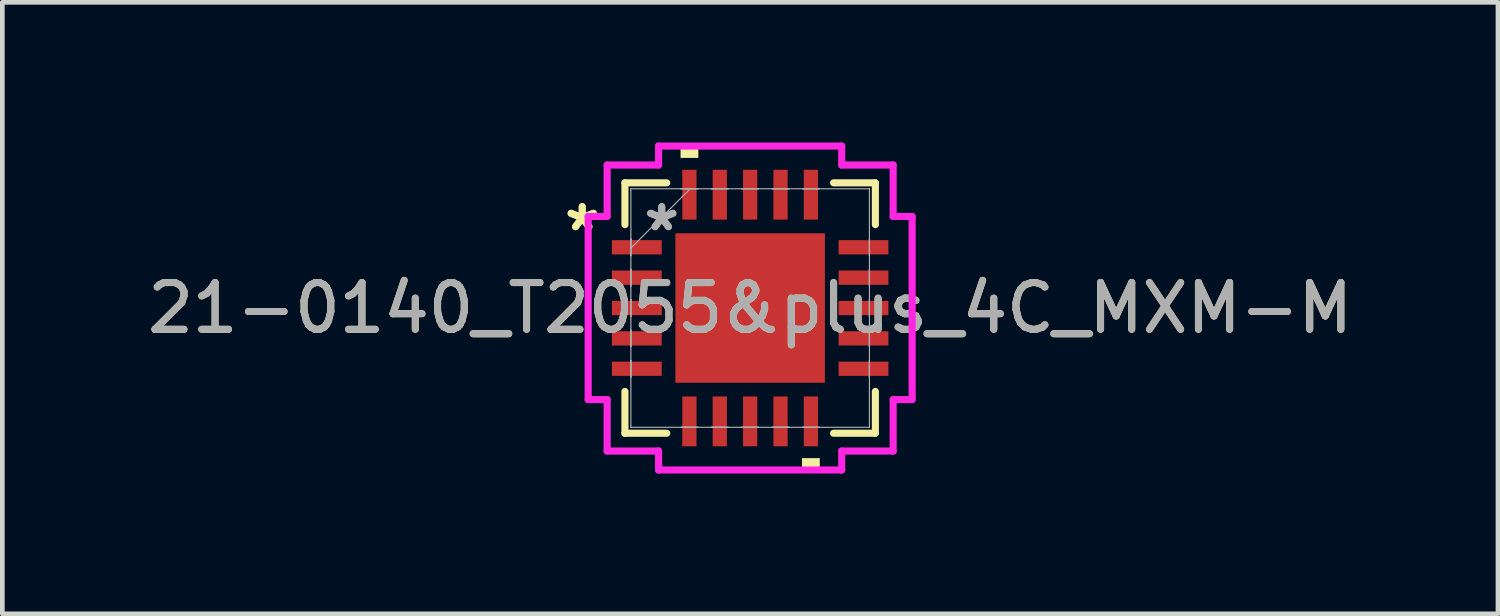
<source format=kicad_pcb>
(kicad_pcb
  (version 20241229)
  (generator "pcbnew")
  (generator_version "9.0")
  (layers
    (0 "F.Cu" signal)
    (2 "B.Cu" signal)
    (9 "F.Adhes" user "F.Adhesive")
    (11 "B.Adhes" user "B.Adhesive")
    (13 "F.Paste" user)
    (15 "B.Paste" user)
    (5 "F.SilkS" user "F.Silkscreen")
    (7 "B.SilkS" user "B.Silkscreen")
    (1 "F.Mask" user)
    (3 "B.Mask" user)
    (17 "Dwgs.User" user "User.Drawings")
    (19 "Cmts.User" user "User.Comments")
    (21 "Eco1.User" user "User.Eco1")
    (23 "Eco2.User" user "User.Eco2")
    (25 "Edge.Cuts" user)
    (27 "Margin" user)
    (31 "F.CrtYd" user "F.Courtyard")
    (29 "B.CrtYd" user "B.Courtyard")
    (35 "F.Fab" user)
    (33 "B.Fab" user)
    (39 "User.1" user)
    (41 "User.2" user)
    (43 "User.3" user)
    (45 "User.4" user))
  (footprint "21-0140_T2055&plus_4C_MXM-M"
    (layer "F.Cu")
    (at 13.006 3.543)
    (property "Reference" "21-0140_T2055&plus_4C_MXM-M" (at 0 0 0) (unlocked yes) (layer "F.SilkS") (effects (font (size 1 1) (thickness 0.15))))
    (attr smd)
    (fp_line (start -2.68 -2.68) (end -2.68 -1.785) (stroke (width 0.152) (type solid)) (layer "F.SilkS"))
    (fp_line (start -2.68 1.785) (end -2.68 2.68) (stroke (width 0.152) (type solid)) (layer "F.SilkS"))
    (fp_line (start -2.68 2.68) (end -1.785 2.68) (stroke (width 0.152) (type solid)) (layer "F.SilkS"))
    (fp_line (start -1.785 -2.68) (end -2.68 -2.68) (stroke (width 0.152) (type solid)) (layer "F.SilkS"))
    (fp_line (start 1.785 2.68) (end 2.68 2.68) (stroke (width 0.152) (type solid)) (layer "F.SilkS"))
    (fp_line (start 2.68 -2.68) (end 1.785 -2.68) (stroke (width 0.152) (type solid)) (layer "F.SilkS"))
    (fp_line (start 2.68 -1.785) (end 2.68 -2.68) (stroke (width 0.152) (type solid)) (layer "F.SilkS"))
    (fp_line (start 2.68 2.68) (end 2.68 1.785) (stroke (width 0.152) (type solid)) (layer "F.SilkS"))
    (fp_poly (pts (xy -1.49 -3.213) (xy -1.49 -3.467) (xy -1.109 -3.467) (xy -1.109 -3.213)) (stroke (width 0) (type solid)) (fill yes) (layer "F.SilkS"))
    (fp_poly (pts (xy 1.109 3.213) (xy 1.109 3.467) (xy 1.49 3.467) (xy 1.49 3.213)) (stroke (width 0) (type solid)) (fill yes) (layer "F.SilkS"))
    (fp_poly (pts (xy -1.5 -1.5) (xy -1.5 -0.1) (xy -0.1 -0.1) (xy -0.1 -1.5)) (stroke (width 0) (type solid)) (fill yes) (layer "F.Paste"))
    (fp_poly (pts (xy -1.5 0.1) (xy -1.5 1.5) (xy -0.1 1.5) (xy -0.1 0.1)) (stroke (width 0) (type solid)) (fill yes) (layer "F.Paste"))
    (fp_poly (pts (xy 0.1 -1.5) (xy 0.1 -0.1) (xy 1.5 -0.1) (xy 1.5 -1.5)) (stroke (width 0) (type solid)) (fill yes) (layer "F.Paste"))
    (fp_poly (pts (xy 0.1 0.1) (xy 0.1 1.5) (xy 1.5 1.5) (xy 1.5 0.1)) (stroke (width 0) (type solid)) (fill yes) (layer "F.Paste"))
    (fp_line (start -3.467 -1.96) (end -3.061 -1.96) (stroke (width 0.152) (type solid)) (layer "F.CrtYd"))
    (fp_line (start -3.467 1.96) (end -3.467 -1.96) (stroke (width 0.152) (type solid)) (layer "F.CrtYd"))
    (fp_line (start -3.061 -3.061) (end -1.96 -3.061) (stroke (width 0.152) (type solid)) (layer "F.CrtYd"))
    (fp_line (start -3.061 -1.96) (end -3.061 -3.061) (stroke (width 0.152) (type solid)) (layer "F.CrtYd"))
    (fp_line (start -3.061 1.96) (end -3.467 1.96) (stroke (width 0.152) (type solid)) (layer "F.CrtYd"))
    (fp_line (start -3.061 3.061) (end -3.061 1.96) (stroke (width 0.152) (type solid)) (layer "F.CrtYd"))
    (fp_line (start -1.96 -3.467) (end 1.96 -3.467) (stroke (width 0.152) (type solid)) (layer "F.CrtYd"))
    (fp_line (start -1.96 -3.061) (end -1.96 -3.467) (stroke (width 0.152) (type solid)) (layer "F.CrtYd"))
    (fp_line (start -1.96 3.061) (end -3.061 3.061) (stroke (width 0.152) (type solid)) (layer "F.CrtYd"))
    (fp_line (start -1.96 3.467) (end -1.96 3.061) (stroke (width 0.152) (type solid)) (layer "F.CrtYd"))
    (fp_line (start 1.96 -3.467) (end 1.96 -3.061) (stroke (width 0.152) (type solid)) (layer "F.CrtYd"))
    (fp_line (start 1.96 -3.061) (end 3.061 -3.061) (stroke (width 0.152) (type solid)) (layer "F.CrtYd"))
    (fp_line (start 1.96 3.061) (end 1.96 3.467) (stroke (width 0.152) (type solid)) (layer "F.CrtYd"))
    (fp_line (start 1.96 3.467) (end -1.96 3.467) (stroke (width 0.152) (type solid)) (layer "F.CrtYd"))
    (fp_line (start 3.061 -3.061) (end 3.061 -1.96) (stroke (width 0.152) (type solid)) (layer "F.CrtYd"))
    (fp_line (start 3.061 -1.96) (end 3.467 -1.96) (stroke (width 0.152) (type solid)) (layer "F.CrtYd"))
    (fp_line (start 3.061 1.96) (end 3.061 3.061) (stroke (width 0.152) (type solid)) (layer "F.CrtYd"))
    (fp_line (start 3.061 3.061) (end 1.96 3.061) (stroke (width 0.152) (type solid)) (layer "F.CrtYd"))
    (fp_line (start 3.467 -1.96) (end 3.467 1.96) (stroke (width 0.152) (type solid)) (layer "F.CrtYd"))
    (fp_line (start 3.467 1.96) (end 3.061 1.96) (stroke (width 0.152) (type solid)) (layer "F.CrtYd"))
    (fp_line (start -2.553 -2.553) (end -2.553 -2.553) (stroke (width 0.025) (type solid)) (layer "F.Fab"))
    (fp_line (start -2.553 -2.553) (end -2.553 2.553) (stroke (width 0.025) (type solid)) (layer "F.Fab"))
    (fp_line (start -2.553 -1.478) (end -2.553 -1.478) (stroke (width 0.025) (type solid)) (layer "F.Fab"))
    (fp_line (start -2.553 -1.478) (end -2.553 -1.122) (stroke (width 0.025) (type solid)) (layer "F.Fab"))
    (fp_line (start -2.553 -1.283) (end -1.283 -2.553) (stroke (width 0.025) (type solid)) (layer "F.Fab"))
    (fp_line (start -2.553 -1.122) (end -2.553 -1.478) (stroke (width 0.025) (type solid)) (layer "F.Fab"))
    (fp_line (start -2.553 -1.122) (end -2.553 -1.122) (stroke (width 0.025) (type solid)) (layer "F.Fab"))
    (fp_line (start -2.553 -0.828) (end -2.553 -0.828) (stroke (width 0.025) (type solid)) (layer "F.Fab"))
    (fp_line (start -2.553 -0.828) (end -2.553 -0.472) (stroke (width 0.025) (type solid)) (layer "F.Fab"))
    (fp_line (start -2.553 -0.472) (end -2.553 -0.828) (stroke (width 0.025) (type solid)) (layer "F.Fab"))
    (fp_line (start -2.553 -0.472) (end -2.553 -0.472) (stroke (width 0.025) (type solid)) (layer "F.Fab"))
    (fp_line (start -2.553 -0.178) (end -2.553 -0.178) (stroke (width 0.025) (type solid)) (layer "F.Fab"))
    (fp_line (start -2.553 -0.178) (end -2.553 0.178) (stroke (width 0.025) (type solid)) (layer "F.Fab"))
    (fp_line (start -2.553 0.178) (end -2.553 -0.178) (stroke (width 0.025) (type solid)) (layer "F.Fab"))
    (fp_line (start -2.553 0.178) (end -2.553 0.178) (stroke (width 0.025) (type solid)) (layer "F.Fab"))
    (fp_line (start -2.553 0.472) (end -2.553 0.472) (stroke (width 0.025) (type solid)) (layer "F.Fab"))
    (fp_line (start -2.553 0.472) (end -2.553 0.828) (stroke (width 0.025) (type solid)) (layer "F.Fab"))
    (fp_line (start -2.553 0.828) (end -2.553 0.472) (stroke (width 0.025) (type solid)) (layer "F.Fab"))
    (fp_line (start -2.553 0.828) (end -2.553 0.828) (stroke (width 0.025) (type solid)) (layer "F.Fab"))
    (fp_line (start -2.553 1.122) (end -2.553 1.122) (stroke (width 0.025) (type solid)) (layer "F.Fab"))
    (fp_line (start -2.553 1.122) (end -2.553 1.478) (stroke (width 0.025) (type solid)) (layer "F.Fab"))
    (fp_line (start -2.553 1.478) (end -2.553 1.122) (stroke (width 0.025) (type solid)) (layer "F.Fab"))
    (fp_line (start -2.553 1.478) (end -2.553 1.478) (stroke (width 0.025) (type solid)) (layer "F.Fab"))
    (fp_line (start -2.553 2.553) (end -2.553 2.553) (stroke (width 0.025) (type solid)) (layer "F.Fab"))
    (fp_line (start -2.553 2.553) (end 2.553 2.553) (stroke (width 0.025) (type solid)) (layer "F.Fab"))
    (fp_line (start -1.478 -2.553) (end -1.478 -2.553) (stroke (width 0.025) (type solid)) (layer "F.Fab"))
    (fp_line (start -1.478 -2.553) (end -1.122 -2.553) (stroke (width 0.025) (type solid)) (layer "F.Fab"))
    (fp_line (start -1.478 2.553) (end -1.478 2.553) (stroke (width 0.025) (type solid)) (layer "F.Fab"))
    (fp_line (start -1.478 2.553) (end -1.122 2.553) (stroke (width 0.025) (type solid)) (layer "F.Fab"))
    (fp_line (start -1.122 -2.553) (end -1.478 -2.553) (stroke (width 0.025) (type solid)) (layer "F.Fab"))
    (fp_line (start -1.122 -2.553) (end -1.122 -2.553) (stroke (width 0.025) (type solid)) (layer "F.Fab"))
    (fp_line (start -1.122 2.553) (end -1.478 2.553) (stroke (width 0.025) (type solid)) (layer "F.Fab"))
    (fp_line (start -1.122 2.553) (end -1.122 2.553) (stroke (width 0.025) (type solid)) (layer "F.Fab"))
    (fp_line (start -0.828 -2.553) (end -0.828 -2.553) (stroke (width 0.025) (type solid)) (layer "F.Fab"))
    (fp_line (start -0.828 -2.553) (end -0.472 -2.553) (stroke (width 0.025) (type solid)) (layer "F.Fab"))
    (fp_line (start -0.828 2.553) (end -0.828 2.553) (stroke (width 0.025) (type solid)) (layer "F.Fab"))
    (fp_line (start -0.828 2.553) (end -0.472 2.553) (stroke (width 0.025) (type solid)) (layer "F.Fab"))
    (fp_line (start -0.472 -2.553) (end -0.828 -2.553) (stroke (width 0.025) (type solid)) (layer "F.Fab"))
    (fp_line (start -0.472 -2.553) (end -0.472 -2.553) (stroke (width 0.025) (type solid)) (layer "F.Fab"))
    (fp_line (start -0.472 2.553) (end -0.828 2.553) (stroke (width 0.025) (type solid)) (layer "F.Fab"))
    (fp_line (start -0.472 2.553) (end -0.472 2.553) (stroke (width 0.025) (type solid)) (layer "F.Fab"))
    (fp_line (start -0.178 -2.553) (end -0.178 -2.553) (stroke (width 0.025) (type solid)) (layer "F.Fab"))
    (fp_line (start -0.178 -2.553) (end 0.178 -2.553) (stroke (width 0.025) (type solid)) (layer "F.Fab"))
    (fp_line (start -0.178 2.553) (end -0.178 2.553) (stroke (width 0.025) (type solid)) (layer "F.Fab"))
    (fp_line (start -0.178 2.553) (end 0.178 2.553) (stroke (width 0.025) (type solid)) (layer "F.Fab"))
    (fp_line (start 0.178 -2.553) (end -0.178 -2.553) (stroke (width 0.025) (type solid)) (layer "F.Fab"))
    (fp_line (start 0.178 -2.553) (end 0.178 -2.553) (stroke (width 0.025) (type solid)) (layer "F.Fab"))
    (fp_line (start 0.178 2.553) (end -0.178 2.553) (stroke (width 0.025) (type solid)) (layer "F.Fab"))
    (fp_line (start 0.178 2.553) (end 0.178 2.553) (stroke (width 0.025) (type solid)) (layer "F.Fab"))
    (fp_line (start 0.472 -2.553) (end 0.472 -2.553) (stroke (width 0.025) (type solid)) (layer "F.Fab"))
    (fp_line (start 0.472 -2.553) (end 0.828 -2.553) (stroke (width 0.025) (type solid)) (layer "F.Fab"))
    (fp_line (start 0.472 2.553) (end 0.472 2.553) (stroke (width 0.025) (type solid)) (layer "F.Fab"))
    (fp_line (start 0.472 2.553) (end 0.828 2.553) (stroke (width 0.025) (type solid)) (layer "F.Fab"))
    (fp_line (start 0.828 -2.553) (end 0.472 -2.553) (stroke (width 0.025) (type solid)) (layer "F.Fab"))
    (fp_line (start 0.828 -2.553) (end 0.828 -2.553) (stroke (width 0.025) (type solid)) (layer "F.Fab"))
    (fp_line (start 0.828 2.553) (end 0.472 2.553) (stroke (width 0.025) (type solid)) (layer "F.Fab"))
    (fp_line (start 0.828 2.553) (end 0.828 2.553) (stroke (width 0.025) (type solid)) (layer "F.Fab"))
    (fp_line (start 1.122 -2.553) (end 1.122 -2.553) (stroke (width 0.025) (type solid)) (layer "F.Fab"))
    (fp_line (start 1.122 -2.553) (end 1.478 -2.553) (stroke (width 0.025) (type solid)) (layer "F.Fab"))
    (fp_line (start 1.122 2.553) (end 1.122 2.553) (stroke (width 0.025) (type solid)) (layer "F.Fab"))
    (fp_line (start 1.122 2.553) (end 1.478 2.553) (stroke (width 0.025) (type solid)) (layer "F.Fab"))
    (fp_line (start 1.478 -2.553) (end 1.122 -2.553) (stroke (width 0.025) (type solid)) (layer "F.Fab"))
    (fp_line (start 1.478 -2.553) (end 1.478 -2.553) (stroke (width 0.025) (type solid)) (layer "F.Fab"))
    (fp_line (start 1.478 2.553) (end 1.122 2.553) (stroke (width 0.025) (type solid)) (layer "F.Fab"))
    (fp_line (start 1.478 2.553) (end 1.478 2.553) (stroke (width 0.025) (type solid)) (layer "F.Fab"))
    (fp_line (start 2.553 -2.553) (end -2.553 -2.553) (stroke (width 0.025) (type solid)) (layer "F.Fab"))
    (fp_line (start 2.553 -2.553) (end 2.553 -2.553) (stroke (width 0.025) (type solid)) (layer "F.Fab"))
    (fp_line (start 2.553 -1.478) (end 2.553 -1.478) (stroke (width 0.025) (type solid)) (layer "F.Fab"))
    (fp_line (start 2.553 -1.478) (end 2.553 -1.122) (stroke (width 0.025) (type solid)) (layer "F.Fab"))
    (fp_line (start 2.553 -1.122) (end 2.553 -1.478) (stroke (width 0.025) (type solid)) (layer "F.Fab"))
    (fp_line (start 2.553 -1.122) (end 2.553 -1.122) (stroke (width 0.025) (type solid)) (layer "F.Fab"))
    (fp_line (start 2.553 -0.828) (end 2.553 -0.828) (stroke (width 0.025) (type solid)) (layer "F.Fab"))
    (fp_line (start 2.553 -0.828) (end 2.553 -0.472) (stroke (width 0.025) (type solid)) (layer "F.Fab"))
    (fp_line (start 2.553 -0.472) (end 2.553 -0.828) (stroke (width 0.025) (type solid)) (layer "F.Fab"))
    (fp_line (start 2.553 -0.472) (end 2.553 -0.472) (stroke (width 0.025) (type solid)) (layer "F.Fab"))
    (fp_line (start 2.553 -0.178) (end 2.553 -0.178) (stroke (width 0.025) (type solid)) (layer "F.Fab"))
    (fp_line (start 2.553 -0.178) (end 2.553 0.178) (stroke (width 0.025) (type solid)) (layer "F.Fab"))
    (fp_line (start 2.553 0.178) (end 2.553 -0.178) (stroke (width 0.025) (type solid)) (layer "F.Fab"))
    (fp_line (start 2.553 0.178) (end 2.553 0.178) (stroke (width 0.025) (type solid)) (layer "F.Fab"))
    (fp_line (start 2.553 0.472) (end 2.553 0.472) (stroke (width 0.025) (type solid)) (layer "F.Fab"))
    (fp_line (start 2.553 0.472) (end 2.553 0.828) (stroke (width 0.025) (type solid)) (layer "F.Fab"))
    (fp_line (start 2.553 0.828) (end 2.553 0.472) (stroke (width 0.025) (type solid)) (layer "F.Fab"))
    (fp_line (start 2.553 0.828) (end 2.553 0.828) (stroke (width 0.025) (type solid)) (layer "F.Fab"))
    (fp_line (start 2.553 1.122) (end 2.553 1.122) (stroke (width 0.025) (type solid)) (layer "F.Fab"))
    (fp_line (start 2.553 1.122) (end 2.553 1.478) (stroke (width 0.025) (type solid)) (layer "F.Fab"))
    (fp_line (start 2.553 1.478) (end 2.553 1.122) (stroke (width 0.025) (type solid)) (layer "F.Fab"))
    (fp_line (start 2.553 1.478) (end 2.553 1.478) (stroke (width 0.025) (type solid)) (layer "F.Fab"))
    (fp_line (start 2.553 2.553) (end 2.553 -2.553) (stroke (width 0.025) (type solid)) (layer "F.Fab"))
    (fp_line (start 2.553 2.553) (end 2.553 2.553) (stroke (width 0.025) (type solid)) (layer "F.Fab"))
    (fp_text user "*" (at -3.594 -1.625 0) (layer "F.SilkS") (effects (font (size 1 1) (thickness 0.15))))
    (fp_text user "*" (at -3.594 -1.625 0) (unlocked yes) (layer "F.SilkS") (effects (font (size 1 1) (thickness 0.15))))
    (fp_text user "*" (at -1.892 -1.625 0) (layer "F.Fab") (effects (font (size 1 1) (thickness 0.15))))
    (fp_text user "*" (at -1.892 -1.625 0) (unlocked yes) (layer "F.Fab") (effects (font (size 1 1) (thickness 0.15))))
    (fp_text user "${REFERENCE}" (at 0 0 0) (unlocked yes) (layer "F.Fab") (effects (font (size 1 1) (thickness 0.15))))
    (pad "1" smd rect (at -2.426 -1.3 90) (size 0.305 1.067) (layers "F.Cu" "F.Mask" "F.Paste"))
    (pad "2" smd rect (at -2.426 -0.65 90) (size 0.305 1.067) (layers "F.Cu" "F.Mask" "F.Paste"))
    (pad "3" smd rect (at -2.426 0 90) (size 0.305 1.067) (layers "F.Cu" "F.Mask" "F.Paste"))
    (pad "4" smd rect (at -2.426 0.65 90) (size 0.305 1.067) (layers "F.Cu" "F.Mask" "F.Paste"))
    (pad "5" smd rect (at -2.426 1.3 90) (size 0.305 1.067) (layers "F.Cu" "F.Mask" "F.Paste"))
    (pad "6" smd rect (at -1.3 2.426) (size 0.305 1.067) (layers "F.Cu" "F.Mask" "F.Paste"))
    (pad "7" smd rect (at -0.65 2.426) (size 0.305 1.067) (layers "F.Cu" "F.Mask" "F.Paste"))
    (pad "8" smd rect (at 0 2.426) (size 0.305 1.067) (layers "F.Cu" "F.Mask" "F.Paste"))
    (pad "9" smd rect (at 0.65 2.426) (size 0.305 1.067) (layers "F.Cu" "F.Mask" "F.Paste"))
    (pad "10" smd rect (at 1.3 2.426) (size 0.305 1.067) (layers "F.Cu" "F.Mask" "F.Paste"))
    (pad "11" smd rect (at 2.426 1.3 90) (size 0.305 1.067) (layers "F.Cu" "F.Mask" "F.Paste"))
    (pad "12" smd rect (at 2.426 0.65 90) (size 0.305 1.067) (layers "F.Cu" "F.Mask" "F.Paste"))
    (pad "13" smd rect (at 2.426 0 90) (size 0.305 1.067) (layers "F.Cu" "F.Mask" "F.Paste"))
    (pad "14" smd rect (at 2.426 -0.65 90) (size 0.305 1.067) (layers "F.Cu" "F.Mask" "F.Paste"))
    (pad "15" smd rect (at 2.426 -1.3 90) (size 0.305 1.067) (layers "F.Cu" "F.Mask" "F.Paste"))
    (pad "16" smd rect (at 1.3 -2.426) (size 0.305 1.067) (layers "F.Cu" "F.Mask" "F.Paste"))
    (pad "17" smd rect (at 0.65 -2.426) (size 0.305 1.067) (layers "F.Cu" "F.Mask" "F.Paste"))
    (pad "18" smd rect (at 0 -2.426) (size 0.305 1.067) (layers "F.Cu" "F.Mask" "F.Paste"))
    (pad "19" smd rect (at -0.65 -2.426) (size 0.305 1.067) (layers "F.Cu" "F.Mask" "F.Paste"))
    (pad "20" smd rect (at -1.3 -2.426) (size 0.305 1.067) (layers "F.Cu" "F.Mask" "F.Paste"))
    (pad "21" smd rect (at 0 0) (size 3.2 3.2) (layers "F.Cu" "F.Mask")))
  (gr_rect
    (start -3 -3)
    (end 29.012 10.087)
    (stroke (width 0.1) (type default))
    (fill no)
    (layer "Edge.Cuts")))
</source>
